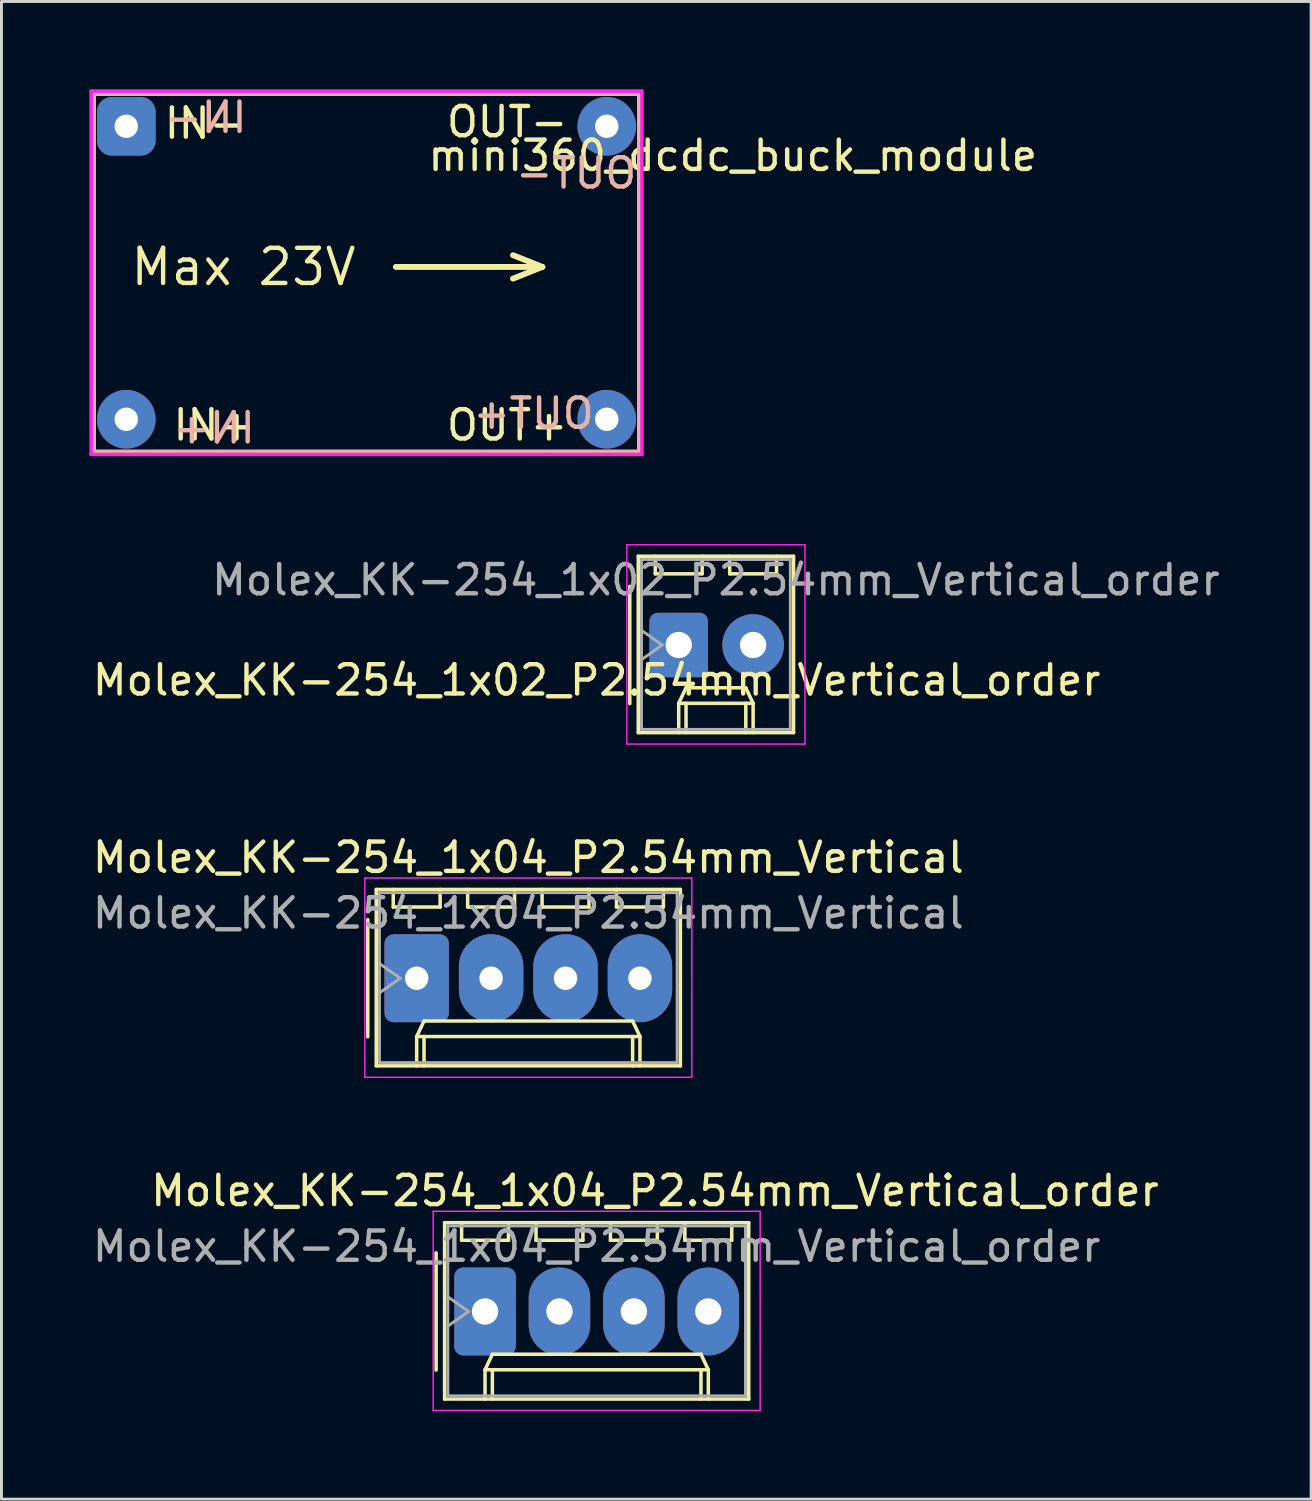
<source format=kicad_pcb>
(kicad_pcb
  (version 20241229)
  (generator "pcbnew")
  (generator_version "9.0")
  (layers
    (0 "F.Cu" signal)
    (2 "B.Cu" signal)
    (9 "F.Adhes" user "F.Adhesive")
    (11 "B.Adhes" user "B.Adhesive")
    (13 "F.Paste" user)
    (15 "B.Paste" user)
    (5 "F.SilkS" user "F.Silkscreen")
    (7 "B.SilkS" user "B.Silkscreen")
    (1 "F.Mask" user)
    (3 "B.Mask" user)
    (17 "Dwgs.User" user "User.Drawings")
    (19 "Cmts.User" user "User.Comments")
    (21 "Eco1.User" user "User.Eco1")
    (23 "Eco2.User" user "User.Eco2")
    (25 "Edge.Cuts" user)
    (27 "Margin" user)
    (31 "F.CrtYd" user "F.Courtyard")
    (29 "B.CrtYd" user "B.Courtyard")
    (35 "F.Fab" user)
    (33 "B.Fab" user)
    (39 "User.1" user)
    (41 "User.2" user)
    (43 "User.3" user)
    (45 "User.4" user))
  (footprint "mini360_dcdc_buck_module"
    (layer "F.Cu")
    (at 9.46 6.26)
    (property "Reference" "mini360_dcdc_buck_module" (at 12.5 -4 0) (layer "F.SilkS") (effects (font (size 1 1) (thickness 0.15))))
    (attr through_hole)
    (fp_line (start -9.3 -6.1) (end -9.3 6.1) (stroke (width 0.12) (type solid)) (layer "F.SilkS"))
    (fp_line (start -9.3 -6.1) (end 9.3 -6.1) (stroke (width 0.12) (type solid)) (layer "F.SilkS"))
    (fp_line (start -9.3 6.1) (end 9.3 6.1) (stroke (width 0.12) (type solid)) (layer "F.SilkS"))
    (fp_line (start 1 -0.2) (end 6 -0.2) (stroke (width 0.2) (type solid)) (layer "F.SilkS"))
    (fp_line (start 6 -0.2) (end 5 -0.6) (stroke (width 0.2) (type solid)) (layer "F.SilkS"))
    (fp_line (start 6 -0.2) (end 5 0.2) (stroke (width 0.2) (type solid)) (layer "F.SilkS"))
    (fp_line (start 9.3 6.1) (end 9.3 -6.1) (stroke (width 0.12) (type solid)) (layer "F.SilkS"))
    (fp_line (start -9.3 -6.1) (end -9.3 6.1) (stroke (width 0.12) (type solid)) (layer "B.SilkS"))
    (fp_line (start -9.3 -6.1) (end 9.3 -6.1) (stroke (width 0.12) (type solid)) (layer "B.SilkS"))
    (fp_line (start -9.3 6.1) (end 9.3 6.1) (stroke (width 0.12) (type solid)) (layer "B.SilkS"))
    (fp_line (start 9.3 6.1) (end 9.3 -6.1) (stroke (width 0.12) (type solid)) (layer "B.SilkS"))
    (fp_line (start -9.4 -6.2) (end -9.4 6.2) (stroke (width 0.12) (type solid)) (layer "F.CrtYd"))
    (fp_line (start -9.4 -6.2) (end 9.4 -6.2) (stroke (width 0.12) (type solid)) (layer "F.CrtYd"))
    (fp_line (start -9.4 6.2) (end 9.4 6.2) (stroke (width 0.12) (type solid)) (layer "F.CrtYd"))
    (fp_line (start 9.4 -6.2) (end 9.4 6.2) (stroke (width 0.12) (type solid)) (layer "F.CrtYd"))
    (fp_text user "IN+" (at -5.2 5.2 0) (layer "F.SilkS") (effects (font (size 1 1) (thickness 0.15))))
    (fp_text user "OUT-" (at 4.8 -5.15 0) (unlocked yes) (layer "F.SilkS") (effects (font (size 1 1) (thickness 0.15))))
    (fp_text user "IN-" (at -5.5 -5.1 0) (unlocked yes) (layer "F.SilkS") (effects (font (size 1 1) (thickness 0.15))))
    (fp_text user "OUT+" (at 4.8 5.2 0) (layer "F.SilkS") (effects (font (size 1 1) (thickness 0.15))))
    (fp_text user "Max 23V" (at -4.2 -0.2 0) (layer "F.SilkS") (effects (font (size 1.2 1.2) (thickness 0.15))))
    (fp_text user "OUT+" (at 5.7 4.8 0) (unlocked yes) (layer "B.SilkS") (effects (font (size 1 1) (thickness 0.15)) (justify mirror)))
    (fp_text user "IN-" (at -4 -5.3 0) (unlocked yes) (layer "B.SilkS") (effects (font (size 1 1) (thickness 0.15)) (justify left mirror)))
    (fp_text user "IN+" (at -5.2 5.3 0) (unlocked yes) (layer "B.SilkS") (effects (font (size 1 1) (thickness 0.15)) (justify mirror)))
    (fp_text user "OUT-" (at 9.3 -3.4 0) (unlocked yes) (layer "B.SilkS") (effects (font (size 1 1) (thickness 0.15)) (justify left mirror)))
    (pad "1" thru_hole roundrect (at -8.2 -5) (size 2 2) (drill 0.8) (layers "*.Cu" "*.Mask") (roundrect_rratio 0.25))
    (pad "2" thru_hole circle (at -8.2 5) (size 2 2) (drill 0.8) (layers "*.Cu" "*.Mask"))
    (pad "3" thru_hole circle (at 8.2 5) (size 2 2) (drill 0.8) (layers "*.Cu" "*.Mask"))
    (pad "4" thru_hole circle (at 8.2 -5) (size 2 2) (drill 0.8) (layers "*.Cu" "*.Mask")))
  (footprint "Molex_KK-254_1x04_P2.54mm_Vertical"
    (layer "F.Cu")
    (at 11.172 30.338)
    (property "Reference" "Molex_KK-254_1x04_P2.54mm_Vertical" (at 3.81 -4.12 0) (layer "F.SilkS") (effects (font (size 1 1) (thickness 0.15))))
    (attr through_hole)
    (fp_line (start -1.67 -2) (end -1.67 2) (stroke (width 0.12) (type solid)) (layer "F.SilkS"))
    (fp_line (start -1.38 -3.03) (end -1.38 2.99) (stroke (width 0.12) (type solid)) (layer "F.SilkS"))
    (fp_line (start -1.38 2.99) (end 9 2.99) (stroke (width 0.12) (type solid)) (layer "F.SilkS"))
    (fp_line (start -0.8 -3.03) (end -0.8 -2.43) (stroke (width 0.12) (type solid)) (layer "F.SilkS"))
    (fp_line (start -0.8 -2.43) (end 0.8 -2.43) (stroke (width 0.12) (type solid)) (layer "F.SilkS"))
    (fp_line (start 0 1.99) (end 0.25 1.46) (stroke (width 0.12) (type solid)) (layer "F.SilkS"))
    (fp_line (start 0 1.99) (end 7.62 1.99) (stroke (width 0.12) (type solid)) (layer "F.SilkS"))
    (fp_line (start 0 2.99) (end 0 1.99) (stroke (width 0.12) (type solid)) (layer "F.SilkS"))
    (fp_line (start 0.25 1.46) (end 7.37 1.46) (stroke (width 0.12) (type solid)) (layer "F.SilkS"))
    (fp_line (start 0.25 2.99) (end 0.25 1.99) (stroke (width 0.12) (type solid)) (layer "F.SilkS"))
    (fp_line (start 0.8 -2.43) (end 0.8 -3.03) (stroke (width 0.12) (type solid)) (layer "F.SilkS"))
    (fp_line (start 1.74 -3.03) (end 1.74 -2.43) (stroke (width 0.12) (type solid)) (layer "F.SilkS"))
    (fp_line (start 1.74 -2.43) (end 3.34 -2.43) (stroke (width 0.12) (type solid)) (layer "F.SilkS"))
    (fp_line (start 3.34 -2.43) (end 3.34 -3.03) (stroke (width 0.12) (type solid)) (layer "F.SilkS"))
    (fp_line (start 4.28 -3.03) (end 4.28 -2.43) (stroke (width 0.12) (type solid)) (layer "F.SilkS"))
    (fp_line (start 4.28 -2.43) (end 5.88 -2.43) (stroke (width 0.12) (type solid)) (layer "F.SilkS"))
    (fp_line (start 5.88 -2.43) (end 5.88 -3.03) (stroke (width 0.12) (type solid)) (layer "F.SilkS"))
    (fp_line (start 6.82 -3.03) (end 6.82 -2.43) (stroke (width 0.12) (type solid)) (layer "F.SilkS"))
    (fp_line (start 6.82 -2.43) (end 8.42 -2.43) (stroke (width 0.12) (type solid)) (layer "F.SilkS"))
    (fp_line (start 7.37 1.46) (end 7.62 1.99) (stroke (width 0.12) (type solid)) (layer "F.SilkS"))
    (fp_line (start 7.37 2.99) (end 7.37 1.99) (stroke (width 0.12) (type solid)) (layer "F.SilkS"))
    (fp_line (start 7.62 1.99) (end 7.62 2.99) (stroke (width 0.12) (type solid)) (layer "F.SilkS"))
    (fp_line (start 8.42 -2.43) (end 8.42 -3.03) (stroke (width 0.12) (type solid)) (layer "F.SilkS"))
    (fp_line (start 9 -3.03) (end -1.38 -3.03) (stroke (width 0.12) (type solid)) (layer "F.SilkS"))
    (fp_line (start 9 2.99) (end 9 -3.03) (stroke (width 0.12) (type solid)) (layer "F.SilkS"))
    (fp_line (start -1.77 -3.42) (end -1.77 3.38) (stroke (width 0.05) (type solid)) (layer "F.CrtYd"))
    (fp_line (start -1.77 3.38) (end 9.39 3.38) (stroke (width 0.05) (type solid)) (layer "F.CrtYd"))
    (fp_line (start 9.39 -3.42) (end -1.77 -3.42) (stroke (width 0.05) (type solid)) (layer "F.CrtYd"))
    (fp_line (start 9.39 3.38) (end 9.39 -3.42) (stroke (width 0.05) (type solid)) (layer "F.CrtYd"))
    (fp_line (start -1.27 -2.92) (end -1.27 2.88) (stroke (width 0.1) (type solid)) (layer "F.Fab"))
    (fp_line (start -1.27 -0.5) (end -0.563 0) (stroke (width 0.1) (type solid)) (layer "F.Fab"))
    (fp_line (start -1.27 2.88) (end 8.89 2.88) (stroke (width 0.1) (type solid)) (layer "F.Fab"))
    (fp_line (start -0.563 0) (end -1.27 0.5) (stroke (width 0.1) (type solid)) (layer "F.Fab"))
    (fp_line (start 8.89 -2.92) (end -1.27 -2.92) (stroke (width 0.1) (type solid)) (layer "F.Fab"))
    (fp_line (start 8.89 2.88) (end 8.89 -2.92) (stroke (width 0.1) (type solid)) (layer "F.Fab"))
    (fp_text user "${REFERENCE}" (at 3.81 -2.22 0) (layer "F.Fab") (effects (font (size 1 1) (thickness 0.15))))
    (pad "1" thru_hole roundrect (at 0 0) (size 2.2 3) (drill 0.8) (layers "*.Cu" "*.Mask") (roundrect_rratio 0.144))
    (pad "2" thru_hole oval (at 2.54 0) (size 2.2 3) (drill 0.8) (layers "*.Cu" "*.Mask"))
    (pad "3" thru_hole oval (at 5.08 0) (size 2.2 3) (drill 0.8) (layers "*.Cu" "*.Mask"))
    (pad "4" thru_hole oval (at 7.62 0) (size 2.2 3) (drill 0.8) (layers "*.Cu" "*.Mask")))
  (footprint "Molex_KK-254_1x02_P2.54mm_Vertical_order"
    (layer "F.Cu")
    (at 20.115 18.965)
    (property "Reference" "Molex_KK-254_1x02_P2.54mm_Vertical_order" (at -2.8 1.2 180) (layer "F.SilkS") (effects (font (size 1 1) (thickness 0.15))))
    (attr through_hole)
    (fp_line (start -1.67 -2) (end -1.67 2) (stroke (width 0.12) (type solid)) (layer "F.SilkS"))
    (fp_line (start -1.38 -3.03) (end -1.38 2.99) (stroke (width 0.12) (type solid)) (layer "F.SilkS"))
    (fp_line (start -1.38 2.99) (end 3.92 2.99) (stroke (width 0.12) (type solid)) (layer "F.SilkS"))
    (fp_line (start -0.8 -3.03) (end -0.8 -2.43) (stroke (width 0.12) (type solid)) (layer "F.SilkS"))
    (fp_line (start -0.8 -2.43) (end 0.8 -2.43) (stroke (width 0.12) (type solid)) (layer "F.SilkS"))
    (fp_line (start 0 1.99) (end 0.25 1.46) (stroke (width 0.12) (type solid)) (layer "F.SilkS"))
    (fp_line (start 0 1.99) (end 2.54 1.99) (stroke (width 0.12) (type solid)) (layer "F.SilkS"))
    (fp_line (start 0 2.99) (end 0 1.99) (stroke (width 0.12) (type solid)) (layer "F.SilkS"))
    (fp_line (start 0.25 1.46) (end 2.29 1.46) (stroke (width 0.12) (type solid)) (layer "F.SilkS"))
    (fp_line (start 0.25 2.99) (end 0.25 1.99) (stroke (width 0.12) (type solid)) (layer "F.SilkS"))
    (fp_line (start 0.8 -2.43) (end 0.8 -3.03) (stroke (width 0.12) (type solid)) (layer "F.SilkS"))
    (fp_line (start 1.74 -3.03) (end 1.74 -2.43) (stroke (width 0.12) (type solid)) (layer "F.SilkS"))
    (fp_line (start 1.74 -2.43) (end 3.34 -2.43) (stroke (width 0.12) (type solid)) (layer "F.SilkS"))
    (fp_line (start 2.29 1.46) (end 2.54 1.99) (stroke (width 0.12) (type solid)) (layer "F.SilkS"))
    (fp_line (start 2.29 2.99) (end 2.29 1.99) (stroke (width 0.12) (type solid)) (layer "F.SilkS"))
    (fp_line (start 2.54 1.99) (end 2.54 2.99) (stroke (width 0.12) (type solid)) (layer "F.SilkS"))
    (fp_line (start 3.34 -2.43) (end 3.34 -3.03) (stroke (width 0.12) (type solid)) (layer "F.SilkS"))
    (fp_line (start 3.92 -3.03) (end -1.38 -3.03) (stroke (width 0.12) (type solid)) (layer "F.SilkS"))
    (fp_line (start 3.92 2.99) (end 3.92 -3.03) (stroke (width 0.12) (type solid)) (layer "F.SilkS"))
    (fp_line (start -1.77 -3.42) (end -1.77 3.38) (stroke (width 0.05) (type solid)) (layer "F.CrtYd"))
    (fp_line (start -1.77 3.38) (end 4.31 3.38) (stroke (width 0.05) (type solid)) (layer "F.CrtYd"))
    (fp_line (start 4.31 -3.42) (end -1.77 -3.42) (stroke (width 0.05) (type solid)) (layer "F.CrtYd"))
    (fp_line (start 4.31 3.38) (end 4.31 -3.42) (stroke (width 0.05) (type solid)) (layer "F.CrtYd"))
    (fp_line (start -1.27 -2.92) (end -1.27 2.88) (stroke (width 0.1) (type solid)) (layer "F.Fab"))
    (fp_line (start -1.27 -0.5) (end -0.563 0) (stroke (width 0.1) (type solid)) (layer "F.Fab"))
    (fp_line (start -1.27 2.88) (end 3.81 2.88) (stroke (width 0.1) (type solid)) (layer "F.Fab"))
    (fp_line (start -0.563 0) (end -1.27 0.5) (stroke (width 0.1) (type solid)) (layer "F.Fab"))
    (fp_line (start 3.81 -2.92) (end -1.27 -2.92) (stroke (width 0.1) (type solid)) (layer "F.Fab"))
    (fp_line (start 3.81 2.88) (end 3.81 -2.92) (stroke (width 0.1) (type solid)) (layer "F.Fab"))
    (fp_text user "${REFERENCE}" (at 1.27 -2.22 180) (layer "F.Fab") (effects (font (size 1 1) (thickness 0.15))))
    (pad "1" thru_hole roundrect (at 0 0) (size 2 2.2) (drill 0.9) (layers "*.Cu" "*.Mask") (roundrect_rratio 0.144))
    (pad "2" thru_hole oval (at 2.54 0) (size 2.1 2.1) (drill 0.9) (layers "*.Cu" "*.Mask")))
  (footprint "Molex_KK-254_1x04_P2.54mm_Vertical_order"
    (layer "F.Cu")
    (at 13.505 41.712)
    (property "Reference" "Molex_KK-254_1x04_P2.54mm_Vertical_order" (at 5.8 -4.12 180) (layer "F.SilkS") (effects (font (size 1 1) (thickness 0.15))))
    (attr through_hole)
    (fp_line (start -1.67 -2) (end -1.67 2) (stroke (width 0.12) (type solid)) (layer "F.SilkS"))
    (fp_line (start -1.38 -3.03) (end -1.38 2.99) (stroke (width 0.12) (type solid)) (layer "F.SilkS"))
    (fp_line (start -1.38 2.99) (end 9 2.99) (stroke (width 0.12) (type solid)) (layer "F.SilkS"))
    (fp_line (start -0.8 -3.03) (end -0.8 -2.43) (stroke (width 0.12) (type solid)) (layer "F.SilkS"))
    (fp_line (start -0.8 -2.43) (end 0.8 -2.43) (stroke (width 0.12) (type solid)) (layer "F.SilkS"))
    (fp_line (start 0 1.99) (end 0.25 1.46) (stroke (width 0.12) (type solid)) (layer "F.SilkS"))
    (fp_line (start 0 1.99) (end 7.62 1.99) (stroke (width 0.12) (type solid)) (layer "F.SilkS"))
    (fp_line (start 0 2.99) (end 0 1.99) (stroke (width 0.12) (type solid)) (layer "F.SilkS"))
    (fp_line (start 0.25 1.46) (end 7.37 1.46) (stroke (width 0.12) (type solid)) (layer "F.SilkS"))
    (fp_line (start 0.25 2.99) (end 0.25 1.99) (stroke (width 0.12) (type solid)) (layer "F.SilkS"))
    (fp_line (start 0.8 -2.43) (end 0.8 -3.03) (stroke (width 0.12) (type solid)) (layer "F.SilkS"))
    (fp_line (start 1.74 -3.03) (end 1.74 -2.43) (stroke (width 0.12) (type solid)) (layer "F.SilkS"))
    (fp_line (start 1.74 -2.43) (end 3.34 -2.43) (stroke (width 0.12) (type solid)) (layer "F.SilkS"))
    (fp_line (start 3.34 -2.43) (end 3.34 -3.03) (stroke (width 0.12) (type solid)) (layer "F.SilkS"))
    (fp_line (start 4.28 -3.03) (end 4.28 -2.43) (stroke (width 0.12) (type solid)) (layer "F.SilkS"))
    (fp_line (start 4.28 -2.43) (end 5.88 -2.43) (stroke (width 0.12) (type solid)) (layer "F.SilkS"))
    (fp_line (start 5.88 -2.43) (end 5.88 -3.03) (stroke (width 0.12) (type solid)) (layer "F.SilkS"))
    (fp_line (start 6.82 -3.03) (end 6.82 -2.43) (stroke (width 0.12) (type solid)) (layer "F.SilkS"))
    (fp_line (start 6.82 -2.43) (end 8.42 -2.43) (stroke (width 0.12) (type solid)) (layer "F.SilkS"))
    (fp_line (start 7.37 1.46) (end 7.62 1.99) (stroke (width 0.12) (type solid)) (layer "F.SilkS"))
    (fp_line (start 7.37 2.99) (end 7.37 1.99) (stroke (width 0.12) (type solid)) (layer "F.SilkS"))
    (fp_line (start 7.62 1.99) (end 7.62 2.99) (stroke (width 0.12) (type solid)) (layer "F.SilkS"))
    (fp_line (start 8.42 -2.43) (end 8.42 -3.03) (stroke (width 0.12) (type solid)) (layer "F.SilkS"))
    (fp_line (start 9 -3.03) (end -1.38 -3.03) (stroke (width 0.12) (type solid)) (layer "F.SilkS"))
    (fp_line (start 9 2.99) (end 9 -3.03) (stroke (width 0.12) (type solid)) (layer "F.SilkS"))
    (fp_line (start -1.77 -3.42) (end -1.77 3.38) (stroke (width 0.05) (type solid)) (layer "F.CrtYd"))
    (fp_line (start -1.77 3.38) (end 9.39 3.38) (stroke (width 0.05) (type solid)) (layer "F.CrtYd"))
    (fp_line (start 9.39 -3.42) (end -1.77 -3.42) (stroke (width 0.05) (type solid)) (layer "F.CrtYd"))
    (fp_line (start 9.39 3.38) (end 9.39 -3.42) (stroke (width 0.05) (type solid)) (layer "F.CrtYd"))
    (fp_line (start -1.27 -2.92) (end -1.27 2.88) (stroke (width 0.1) (type solid)) (layer "F.Fab"))
    (fp_line (start -1.27 -0.5) (end -0.563 0) (stroke (width 0.1) (type solid)) (layer "F.Fab"))
    (fp_line (start -1.27 2.88) (end 8.89 2.88) (stroke (width 0.1) (type solid)) (layer "F.Fab"))
    (fp_line (start -0.563 0) (end -1.27 0.5) (stroke (width 0.1) (type solid)) (layer "F.Fab"))
    (fp_line (start 8.89 -2.92) (end -1.27 -2.92) (stroke (width 0.1) (type solid)) (layer "F.Fab"))
    (fp_line (start 8.89 2.88) (end 8.89 -2.92) (stroke (width 0.1) (type solid)) (layer "F.Fab"))
    (fp_text user "${REFERENCE}" (at 3.81 -2.22 180) (layer "F.Fab") (effects (font (size 1 1) (thickness 0.15))))
    (pad "1" thru_hole roundrect (at 0 0) (size 2.1 3) (drill 0.9) (layers "*.Cu" "*.Mask") (roundrect_rratio 0.144))
    (pad "2" thru_hole oval (at 2.54 0) (size 2.1 3) (drill 0.9) (layers "*.Cu" "*.Mask"))
    (pad "3" thru_hole oval (at 5.08 0) (size 2.1 3) (drill 0.9) (layers "*.Cu" "*.Mask"))
    (pad "4" thru_hole oval (at 7.62 0) (size 2.1 3) (drill 0.9) (layers "*.Cu" "*.Mask")))
  (gr_rect
    (start -3 -3)
    (end 41.701 48.117)
    (stroke (width 0.1) (type default))
    (fill no)
    (layer "Edge.Cuts")))
</source>
